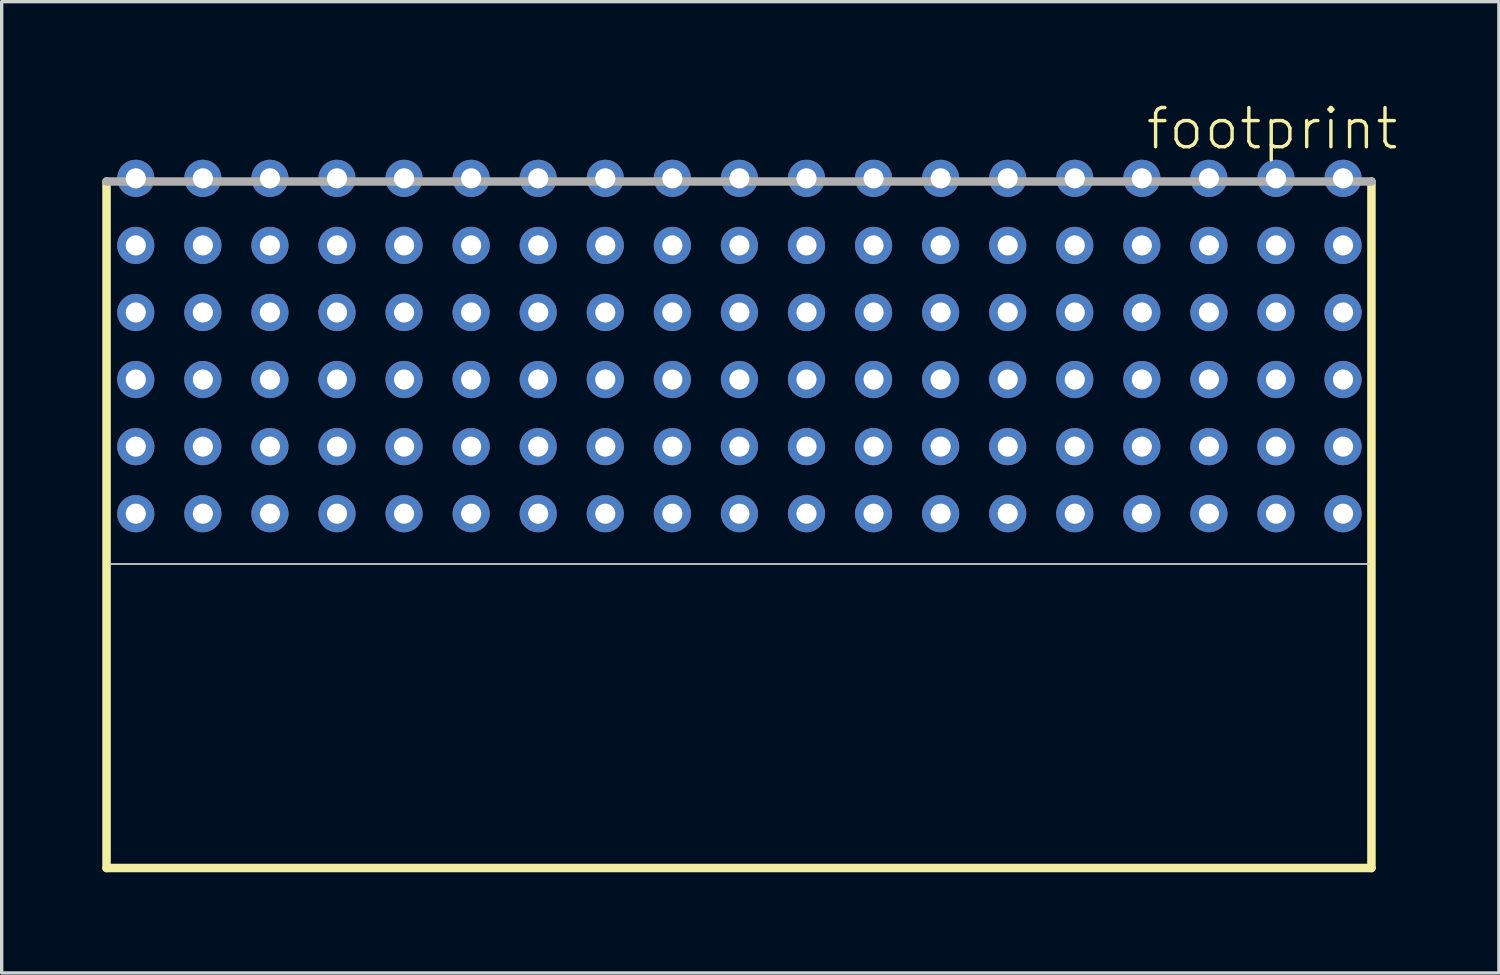
<source format=kicad_pcb>
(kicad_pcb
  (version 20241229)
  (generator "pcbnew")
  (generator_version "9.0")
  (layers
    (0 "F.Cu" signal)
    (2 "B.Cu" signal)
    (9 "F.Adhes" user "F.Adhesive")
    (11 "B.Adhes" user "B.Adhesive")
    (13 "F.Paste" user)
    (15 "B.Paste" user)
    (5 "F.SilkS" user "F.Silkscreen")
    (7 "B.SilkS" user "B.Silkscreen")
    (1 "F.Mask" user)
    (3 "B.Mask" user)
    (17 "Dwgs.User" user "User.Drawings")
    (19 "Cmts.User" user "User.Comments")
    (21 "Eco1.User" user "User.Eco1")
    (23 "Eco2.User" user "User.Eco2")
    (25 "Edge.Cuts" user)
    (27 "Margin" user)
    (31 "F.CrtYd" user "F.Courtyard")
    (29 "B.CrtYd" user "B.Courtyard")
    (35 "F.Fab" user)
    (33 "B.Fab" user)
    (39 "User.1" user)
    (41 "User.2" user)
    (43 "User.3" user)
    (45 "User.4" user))
  (footprint "footprint"
    (layer "F.Cu")
    (at 18.999 13.538)
    (property "Reference" "footprint" (at 12.065 -12.065 0) (layer "F.SilkS") (effects (font (size 1.168 1.168) (thickness 0.102)) (justify left bottom)))
    (fp_line (start -18.872 -11.176) (end -18.872 9.296) (stroke (width 0.254) (type solid)) (layer "F.SilkS"))
    (fp_line (start -18.872 9.296) (end 18.847 9.296) (stroke (width 0.254) (type solid)) (layer "F.SilkS"))
    (fp_line (start 18.847 9.296) (end 18.847 -11.176) (stroke (width 0.254) (type solid)) (layer "F.SilkS"))
    (fp_line (start -18.789 0.23) (end 18.789 0.23) (stroke (width 0.051) (type solid)) (layer "Edge.Cuts"))
    (fp_line (start 18.847 -11.176) (end -18.872 -11.176) (stroke (width 0.254) (type solid)) (layer "F.Fab"))
    (pad "A1" thru_hole circle (at 18 -1.27) (size 1.108 1.108) (drill 0.6) (layers "*.Cu" "*.Mask"))
    (pad "A2" thru_hole circle (at 16 -1.27) (size 1.108 1.108) (drill 0.6) (layers "*.Cu" "*.Mask"))
    (pad "A3" thru_hole circle (at 14 -1.27) (size 1.108 1.108) (drill 0.6) (layers "*.Cu" "*.Mask"))
    (pad "A4" thru_hole circle (at 12 -1.27) (size 1.108 1.108) (drill 0.6) (layers "*.Cu" "*.Mask"))
    (pad "A5" thru_hole circle (at 10 -1.27) (size 1.108 1.108) (drill 0.6) (layers "*.Cu" "*.Mask"))
    (pad "A6" thru_hole circle (at 8 -1.27) (size 1.108 1.108) (drill 0.6) (layers "*.Cu" "*.Mask"))
    (pad "A7" thru_hole circle (at 6 -1.27) (size 1.108 1.108) (drill 0.6) (layers "*.Cu" "*.Mask"))
    (pad "A8" thru_hole circle (at 4 -1.27) (size 1.108 1.108) (drill 0.6) (layers "*.Cu" "*.Mask"))
    (pad "A9" thru_hole circle (at 2 -1.27) (size 1.108 1.108) (drill 0.6) (layers "*.Cu" "*.Mask"))
    (pad "A10" thru_hole circle (at 0 -1.27) (size 1.108 1.108) (drill 0.6) (layers "*.Cu" "*.Mask"))
    (pad "A11" thru_hole circle (at -2 -1.27) (size 1.108 1.108) (drill 0.6) (layers "*.Cu" "*.Mask"))
    (pad "A12" thru_hole circle (at -4 -1.27) (size 1.108 1.108) (drill 0.6) (layers "*.Cu" "*.Mask"))
    (pad "A13" thru_hole circle (at -6 -1.27) (size 1.108 1.108) (drill 0.6) (layers "*.Cu" "*.Mask"))
    (pad "A14" thru_hole circle (at -8 -1.27) (size 1.108 1.108) (drill 0.6) (layers "*.Cu" "*.Mask"))
    (pad "A15" thru_hole circle (at -10 -1.27) (size 1.108 1.108) (drill 0.6) (layers "*.Cu" "*.Mask"))
    (pad "A16" thru_hole circle (at -12 -1.27) (size 1.108 1.108) (drill 0.6) (layers "*.Cu" "*.Mask"))
    (pad "A17" thru_hole circle (at -14 -1.27) (size 1.108 1.108) (drill 0.6) (layers "*.Cu" "*.Mask"))
    (pad "A18" thru_hole circle (at -16 -1.27) (size 1.108 1.108) (drill 0.6) (layers "*.Cu" "*.Mask"))
    (pad "A19" thru_hole circle (at -18 -1.27) (size 1.108 1.108) (drill 0.6) (layers "*.Cu" "*.Mask"))
    (pad "B1" thru_hole circle (at 18 -3.27) (size 1.108 1.108) (drill 0.6) (layers "*.Cu" "*.Mask"))
    (pad "B2" thru_hole circle (at 16 -3.27) (size 1.108 1.108) (drill 0.6) (layers "*.Cu" "*.Mask"))
    (pad "B3" thru_hole circle (at 14 -3.27) (size 1.108 1.108) (drill 0.6) (layers "*.Cu" "*.Mask"))
    (pad "B4" thru_hole circle (at 12 -3.27) (size 1.108 1.108) (drill 0.6) (layers "*.Cu" "*.Mask"))
    (pad "B5" thru_hole circle (at 10 -3.27) (size 1.108 1.108) (drill 0.6) (layers "*.Cu" "*.Mask"))
    (pad "B6" thru_hole circle (at 8 -3.27) (size 1.108 1.108) (drill 0.6) (layers "*.Cu" "*.Mask"))
    (pad "B7" thru_hole circle (at 6 -3.27) (size 1.108 1.108) (drill 0.6) (layers "*.Cu" "*.Mask"))
    (pad "B8" thru_hole circle (at 4 -3.27) (size 1.108 1.108) (drill 0.6) (layers "*.Cu" "*.Mask"))
    (pad "B9" thru_hole circle (at 2 -3.27) (size 1.108 1.108) (drill 0.6) (layers "*.Cu" "*.Mask"))
    (pad "B10" thru_hole circle (at 0 -3.27) (size 1.108 1.108) (drill 0.6) (layers "*.Cu" "*.Mask"))
    (pad "B11" thru_hole circle (at -2 -3.27) (size 1.108 1.108) (drill 0.6) (layers "*.Cu" "*.Mask"))
    (pad "B12" thru_hole circle (at -4 -3.27) (size 1.108 1.108) (drill 0.6) (layers "*.Cu" "*.Mask"))
    (pad "B13" thru_hole circle (at -6 -3.27) (size 1.108 1.108) (drill 0.6) (layers "*.Cu" "*.Mask"))
    (pad "B14" thru_hole circle (at -8 -3.27) (size 1.108 1.108) (drill 0.6) (layers "*.Cu" "*.Mask"))
    (pad "B15" thru_hole circle (at -10 -3.27) (size 1.108 1.108) (drill 0.6) (layers "*.Cu" "*.Mask"))
    (pad "B16" thru_hole circle (at -12 -3.27) (size 1.108 1.108) (drill 0.6) (layers "*.Cu" "*.Mask"))
    (pad "B17" thru_hole circle (at -14 -3.27) (size 1.108 1.108) (drill 0.6) (layers "*.Cu" "*.Mask"))
    (pad "B18" thru_hole circle (at -16 -3.27) (size 1.108 1.108) (drill 0.6) (layers "*.Cu" "*.Mask"))
    (pad "B19" thru_hole circle (at -18 -3.27) (size 1.108 1.108) (drill 0.6) (layers "*.Cu" "*.Mask"))
    (pad "C1" thru_hole circle (at 18 -5.27) (size 1.108 1.108) (drill 0.6) (layers "*.Cu" "*.Mask"))
    (pad "C2" thru_hole circle (at 16 -5.27) (size 1.108 1.108) (drill 0.6) (layers "*.Cu" "*.Mask"))
    (pad "C3" thru_hole circle (at 14 -5.27) (size 1.108 1.108) (drill 0.6) (layers "*.Cu" "*.Mask"))
    (pad "C4" thru_hole circle (at 12 -5.27) (size 1.108 1.108) (drill 0.6) (layers "*.Cu" "*.Mask"))
    (pad "C5" thru_hole circle (at 10 -5.27) (size 1.108 1.108) (drill 0.6) (layers "*.Cu" "*.Mask"))
    (pad "C6" thru_hole circle (at 8 -5.27) (size 1.108 1.108) (drill 0.6) (layers "*.Cu" "*.Mask"))
    (pad "C7" thru_hole circle (at 6 -5.27) (size 1.108 1.108) (drill 0.6) (layers "*.Cu" "*.Mask"))
    (pad "C8" thru_hole circle (at 4 -5.27) (size 1.108 1.108) (drill 0.6) (layers "*.Cu" "*.Mask"))
    (pad "C9" thru_hole circle (at 2 -5.27) (size 1.108 1.108) (drill 0.6) (layers "*.Cu" "*.Mask"))
    (pad "C10" thru_hole circle (at 0 -5.27) (size 1.108 1.108) (drill 0.6) (layers "*.Cu" "*.Mask"))
    (pad "C11" thru_hole circle (at -2 -5.27) (size 1.108 1.108) (drill 0.6) (layers "*.Cu" "*.Mask"))
    (pad "C12" thru_hole circle (at -4 -5.27) (size 1.108 1.108) (drill 0.6) (layers "*.Cu" "*.Mask"))
    (pad "C13" thru_hole circle (at -6 -5.27) (size 1.108 1.108) (drill 0.6) (layers "*.Cu" "*.Mask"))
    (pad "C14" thru_hole circle (at -8 -5.27) (size 1.108 1.108) (drill 0.6) (layers "*.Cu" "*.Mask"))
    (pad "C15" thru_hole circle (at -10 -5.27) (size 1.108 1.108) (drill 0.6) (layers "*.Cu" "*.Mask"))
    (pad "C16" thru_hole circle (at -12 -5.27) (size 1.108 1.108) (drill 0.6) (layers "*.Cu" "*.Mask"))
    (pad "C17" thru_hole circle (at -14 -5.27) (size 1.108 1.108) (drill 0.6) (layers "*.Cu" "*.Mask"))
    (pad "C18" thru_hole circle (at -16 -5.27) (size 1.108 1.108) (drill 0.6) (layers "*.Cu" "*.Mask"))
    (pad "C19" thru_hole circle (at -18 -5.27) (size 1.108 1.108) (drill 0.6) (layers "*.Cu" "*.Mask"))
    (pad "D1" thru_hole circle (at 18 -7.27) (size 1.108 1.108) (drill 0.6) (layers "*.Cu" "*.Mask"))
    (pad "D2" thru_hole circle (at 16 -7.27) (size 1.108 1.108) (drill 0.6) (layers "*.Cu" "*.Mask"))
    (pad "D3" thru_hole circle (at 14 -7.27) (size 1.108 1.108) (drill 0.6) (layers "*.Cu" "*.Mask"))
    (pad "D4" thru_hole circle (at 12 -7.27) (size 1.108 1.108) (drill 0.6) (layers "*.Cu" "*.Mask"))
    (pad "D5" thru_hole circle (at 10 -7.27) (size 1.108 1.108) (drill 0.6) (layers "*.Cu" "*.Mask"))
    (pad "D6" thru_hole circle (at 8 -7.27) (size 1.108 1.108) (drill 0.6) (layers "*.Cu" "*.Mask"))
    (pad "D7" thru_hole circle (at 6 -7.27) (size 1.108 1.108) (drill 0.6) (layers "*.Cu" "*.Mask"))
    (pad "D8" thru_hole circle (at 4 -7.27) (size 1.108 1.108) (drill 0.6) (layers "*.Cu" "*.Mask"))
    (pad "D9" thru_hole circle (at 2 -7.27) (size 1.108 1.108) (drill 0.6) (layers "*.Cu" "*.Mask"))
    (pad "D10" thru_hole circle (at 0 -7.27) (size 1.108 1.108) (drill 0.6) (layers "*.Cu" "*.Mask"))
    (pad "D11" thru_hole circle (at -2 -7.27) (size 1.108 1.108) (drill 0.6) (layers "*.Cu" "*.Mask"))
    (pad "D12" thru_hole circle (at -4 -7.27) (size 1.108 1.108) (drill 0.6) (layers "*.Cu" "*.Mask"))
    (pad "D13" thru_hole circle (at -6 -7.27) (size 1.108 1.108) (drill 0.6) (layers "*.Cu" "*.Mask"))
    (pad "D14" thru_hole circle (at -8 -7.27) (size 1.108 1.108) (drill 0.6) (layers "*.Cu" "*.Mask"))
    (pad "D15" thru_hole circle (at -10 -7.27) (size 1.108 1.108) (drill 0.6) (layers "*.Cu" "*.Mask"))
    (pad "D16" thru_hole circle (at -12 -7.27) (size 1.108 1.108) (drill 0.6) (layers "*.Cu" "*.Mask"))
    (pad "D17" thru_hole circle (at -14 -7.27) (size 1.108 1.108) (drill 0.6) (layers "*.Cu" "*.Mask"))
    (pad "D18" thru_hole circle (at -16 -7.27) (size 1.108 1.108) (drill 0.6) (layers "*.Cu" "*.Mask"))
    (pad "D19" thru_hole circle (at -18 -7.27) (size 1.108 1.108) (drill 0.6) (layers "*.Cu" "*.Mask"))
    (pad "E1" thru_hole circle (at 18 -9.27) (size 1.108 1.108) (drill 0.6) (layers "*.Cu" "*.Mask"))
    (pad "E2" thru_hole circle (at 16 -9.27) (size 1.108 1.108) (drill 0.6) (layers "*.Cu" "*.Mask"))
    (pad "E3" thru_hole circle (at 14 -9.27) (size 1.108 1.108) (drill 0.6) (layers "*.Cu" "*.Mask"))
    (pad "E4" thru_hole circle (at 12 -9.27) (size 1.108 1.108) (drill 0.6) (layers "*.Cu" "*.Mask"))
    (pad "E5" thru_hole circle (at 10 -9.27) (size 1.108 1.108) (drill 0.6) (layers "*.Cu" "*.Mask"))
    (pad "E6" thru_hole circle (at 8 -9.27) (size 1.108 1.108) (drill 0.6) (layers "*.Cu" "*.Mask"))
    (pad "E7" thru_hole circle (at 6 -9.27) (size 1.108 1.108) (drill 0.6) (layers "*.Cu" "*.Mask"))
    (pad "E8" thru_hole circle (at 4 -9.27) (size 1.108 1.108) (drill 0.6) (layers "*.Cu" "*.Mask"))
    (pad "E9" thru_hole circle (at 2 -9.27) (size 1.108 1.108) (drill 0.6) (layers "*.Cu" "*.Mask"))
    (pad "E10" thru_hole circle (at 0 -9.27) (size 1.108 1.108) (drill 0.6) (layers "*.Cu" "*.Mask"))
    (pad "E11" thru_hole circle (at -2 -9.27) (size 1.108 1.108) (drill 0.6) (layers "*.Cu" "*.Mask"))
    (pad "E12" thru_hole circle (at -4 -9.27) (size 1.108 1.108) (drill 0.6) (layers "*.Cu" "*.Mask"))
    (pad "E13" thru_hole circle (at -6 -9.27) (size 1.108 1.108) (drill 0.6) (layers "*.Cu" "*.Mask"))
    (pad "E14" thru_hole circle (at -8 -9.27) (size 1.108 1.108) (drill 0.6) (layers "*.Cu" "*.Mask"))
    (pad "E15" thru_hole circle (at -10 -9.27) (size 1.108 1.108) (drill 0.6) (layers "*.Cu" "*.Mask"))
    (pad "E16" thru_hole circle (at -12 -9.27) (size 1.108 1.108) (drill 0.6) (layers "*.Cu" "*.Mask"))
    (pad "E17" thru_hole circle (at -14 -9.27) (size 1.108 1.108) (drill 0.6) (layers "*.Cu" "*.Mask"))
    (pad "E18" thru_hole circle (at -16 -9.27) (size 1.108 1.108) (drill 0.6) (layers "*.Cu" "*.Mask"))
    (pad "E19" thru_hole circle (at -18 -9.27) (size 1.108 1.108) (drill 0.6) (layers "*.Cu" "*.Mask"))
    (pad "F1" thru_hole circle (at 18 -11.27) (size 1.108 1.108) (drill 0.6) (layers "*.Cu" "*.Mask"))
    (pad "F2" thru_hole circle (at 16 -11.27) (size 1.108 1.108) (drill 0.6) (layers "*.Cu" "*.Mask"))
    (pad "F3" thru_hole circle (at 14 -11.27) (size 1.108 1.108) (drill 0.6) (layers "*.Cu" "*.Mask"))
    (pad "F4" thru_hole circle (at 12 -11.27) (size 1.108 1.108) (drill 0.6) (layers "*.Cu" "*.Mask"))
    (pad "F5" thru_hole circle (at 10 -11.27) (size 1.108 1.108) (drill 0.6) (layers "*.Cu" "*.Mask"))
    (pad "F6" thru_hole circle (at 8 -11.27) (size 1.108 1.108) (drill 0.6) (layers "*.Cu" "*.Mask"))
    (pad "F7" thru_hole circle (at 6 -11.27) (size 1.108 1.108) (drill 0.6) (layers "*.Cu" "*.Mask"))
    (pad "F8" thru_hole circle (at 4 -11.27) (size 1.108 1.108) (drill 0.6) (layers "*.Cu" "*.Mask"))
    (pad "F9" thru_hole circle (at 2 -11.27) (size 1.108 1.108) (drill 0.6) (layers "*.Cu" "*.Mask"))
    (pad "F10" thru_hole circle (at 0 -11.27) (size 1.108 1.108) (drill 0.6) (layers "*.Cu" "*.Mask"))
    (pad "F11" thru_hole circle (at -2 -11.27) (size 1.108 1.108) (drill 0.6) (layers "*.Cu" "*.Mask"))
    (pad "F12" thru_hole circle (at -4 -11.27) (size 1.108 1.108) (drill 0.6) (layers "*.Cu" "*.Mask"))
    (pad "F13" thru_hole circle (at -6 -11.27) (size 1.108 1.108) (drill 0.6) (layers "*.Cu" "*.Mask"))
    (pad "F14" thru_hole circle (at -8 -11.27) (size 1.108 1.108) (drill 0.6) (layers "*.Cu" "*.Mask"))
    (pad "F15" thru_hole circle (at -10 -11.27) (size 1.108 1.108) (drill 0.6) (layers "*.Cu" "*.Mask"))
    (pad "F16" thru_hole circle (at -12 -11.27) (size 1.108 1.108) (drill 0.6) (layers "*.Cu" "*.Mask"))
    (pad "F17" thru_hole circle (at -14 -11.27) (size 1.108 1.108) (drill 0.6) (layers "*.Cu" "*.Mask"))
    (pad "F18" thru_hole circle (at -16 -11.27) (size 1.108 1.108) (drill 0.6) (layers "*.Cu" "*.Mask"))
    (pad "F19" thru_hole circle (at -18 -11.27) (size 1.108 1.108) (drill 0.6) (layers "*.Cu" "*.Mask")))
  (gr_rect
    (start -3 -3)
    (end 41.646 25.962)
    (stroke (width 0.1) (type default))
    (fill no)
    (layer "Edge.Cuts")))
</source>
